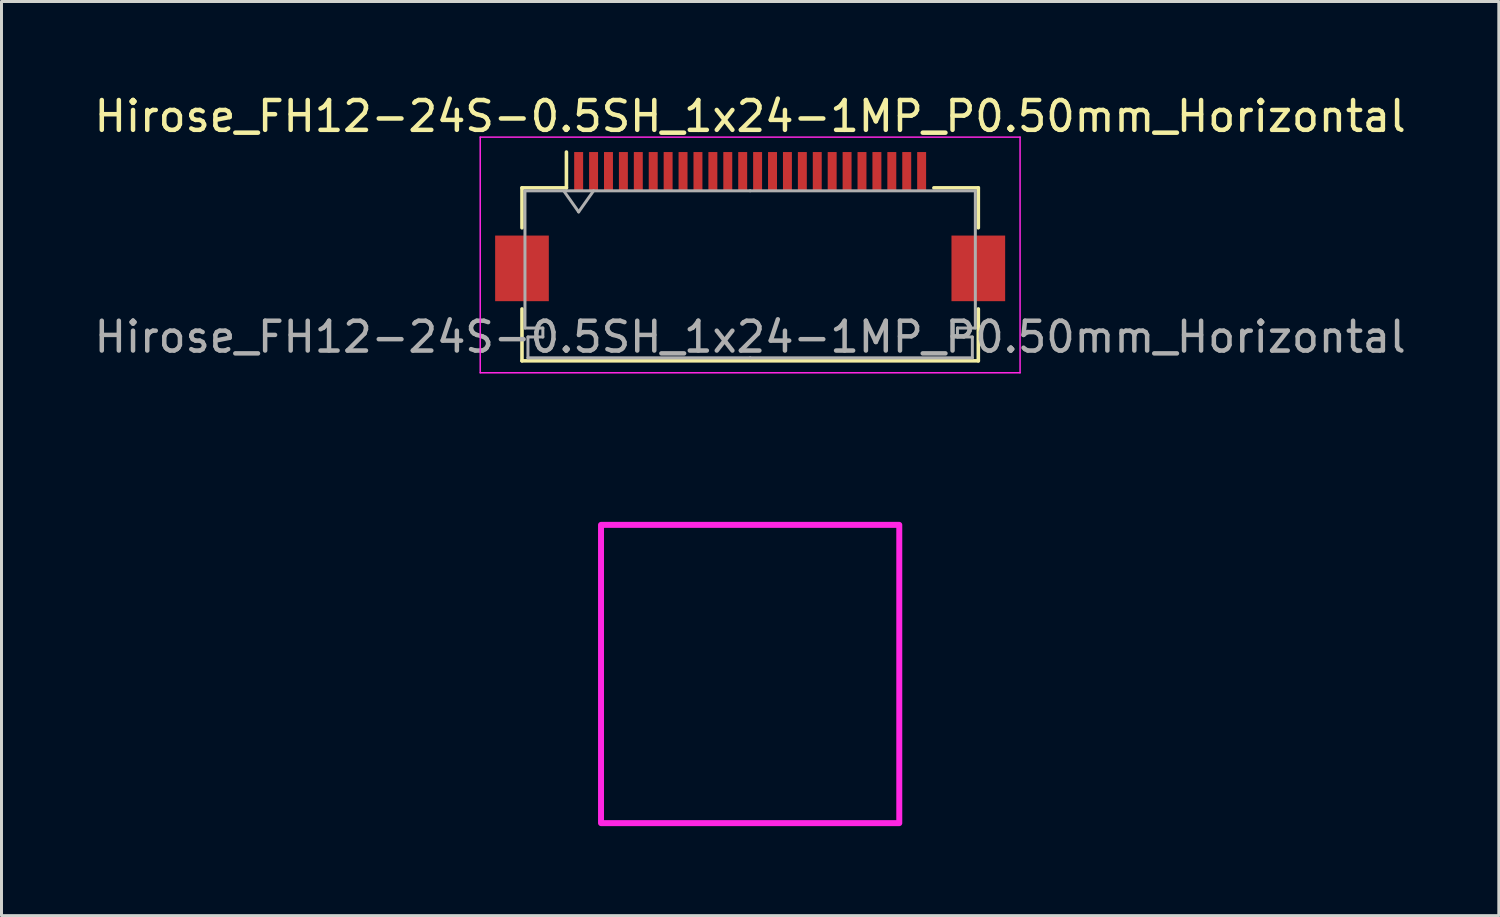
<source format=kicad_pcb>
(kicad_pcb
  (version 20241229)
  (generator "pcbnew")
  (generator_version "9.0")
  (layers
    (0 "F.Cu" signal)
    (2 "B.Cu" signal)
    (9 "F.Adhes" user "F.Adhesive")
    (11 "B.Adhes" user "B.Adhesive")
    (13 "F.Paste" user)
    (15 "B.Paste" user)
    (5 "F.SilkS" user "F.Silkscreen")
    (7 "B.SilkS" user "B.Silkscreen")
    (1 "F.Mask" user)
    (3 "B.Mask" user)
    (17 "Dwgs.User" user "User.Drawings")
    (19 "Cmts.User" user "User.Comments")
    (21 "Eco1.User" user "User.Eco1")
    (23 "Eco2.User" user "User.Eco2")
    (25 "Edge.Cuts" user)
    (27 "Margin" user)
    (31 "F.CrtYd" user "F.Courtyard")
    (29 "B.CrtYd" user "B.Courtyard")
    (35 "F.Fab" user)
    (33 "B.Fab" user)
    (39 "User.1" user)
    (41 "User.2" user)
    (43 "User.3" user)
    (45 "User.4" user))
  (footprint "Hirose_FH12-24S-0.5SH_1x24-1MP_P0.50mm_Horizontal"
    (layer "F.Cu")
    (at 22.101 4.548)
    (property "Reference" "Hirose_FH12-24S-0.5SH_1x24-1MP_P0.50mm_Horizontal" (at 0 -3.7 0) (layer "F.SilkS") (effects (font (size 1 1) (thickness 0.15))))
    (attr smd)
    (fp_rect (start -5 10) (end 5 20) (stroke (width 0.1) (type solid)) (fill yes) (layer "F.Mask"))
    (fp_line (start -7.65 -1.3) (end -7.65 0.04) (stroke (width 0.12) (type solid)) (layer "F.SilkS"))
    (fp_line (start -7.65 2.76) (end -7.65 4.5) (stroke (width 0.12) (type solid)) (layer "F.SilkS"))
    (fp_line (start -7.65 4.5) (end 7.65 4.5) (stroke (width 0.12) (type solid)) (layer "F.SilkS"))
    (fp_line (start -6.16 -1.3) (end -7.65 -1.3) (stroke (width 0.12) (type solid)) (layer "F.SilkS"))
    (fp_line (start -6.16 -1.3) (end -6.16 -2.5) (stroke (width 0.12) (type solid)) (layer "F.SilkS"))
    (fp_line (start 6.16 -1.3) (end 7.65 -1.3) (stroke (width 0.12) (type solid)) (layer "F.SilkS"))
    (fp_line (start 7.65 -1.3) (end 7.65 0.04) (stroke (width 0.12) (type solid)) (layer "F.SilkS"))
    (fp_line (start 7.65 4.5) (end 7.65 2.76) (stroke (width 0.12) (type solid)) (layer "F.SilkS"))
    (fp_line (start -9.05 -3) (end -9.05 4.9) (stroke (width 0.05) (type solid)) (layer "F.CrtYd"))
    (fp_line (start -9.05 4.9) (end 9.05 4.9) (stroke (width 0.05) (type solid)) (layer "F.CrtYd"))
    (fp_line (start 9.05 -3) (end -9.05 -3) (stroke (width 0.05) (type solid)) (layer "F.CrtYd"))
    (fp_line (start 9.05 4.9) (end 9.05 -3) (stroke (width 0.05) (type solid)) (layer "F.CrtYd"))
    (fp_rect (start -5 10) (end 5 20) (stroke (width 0.2) (type default)) (fill no) (layer "F.CrtYd"))
    (fp_line (start -7.55 -1.2) (end -7.55 3.4) (stroke (width 0.1) (type solid)) (layer "F.Fab"))
    (fp_line (start -7.55 3.4) (end -6.95 3.4) (stroke (width 0.1) (type solid)) (layer "F.Fab"))
    (fp_line (start -7.45 3.7) (end -7.45 4.4) (stroke (width 0.1) (type solid)) (layer "F.Fab"))
    (fp_line (start -7.45 4.4) (end 0 4.4) (stroke (width 0.1) (type solid)) (layer "F.Fab"))
    (fp_line (start -6.95 3.4) (end -6.95 3.7) (stroke (width 0.1) (type solid)) (layer "F.Fab"))
    (fp_line (start -6.95 3.7) (end -7.45 3.7) (stroke (width 0.1) (type solid)) (layer "F.Fab"))
    (fp_line (start -6.25 -1.2) (end -5.75 -0.493) (stroke (width 0.1) (type solid)) (layer "F.Fab"))
    (fp_line (start -5.75 -0.493) (end -5.25 -1.2) (stroke (width 0.1) (type solid)) (layer "F.Fab"))
    (fp_line (start 0 -1.2) (end -7.55 -1.2) (stroke (width 0.1) (type solid)) (layer "F.Fab"))
    (fp_line (start 0 -1.2) (end 7.55 -1.2) (stroke (width 0.1) (type solid)) (layer "F.Fab"))
    (fp_line (start 6.95 3.4) (end 6.95 3.7) (stroke (width 0.1) (type solid)) (layer "F.Fab"))
    (fp_line (start 6.95 3.7) (end 7.45 3.7) (stroke (width 0.1) (type solid)) (layer "F.Fab"))
    (fp_line (start 7.45 3.7) (end 7.45 4.4) (stroke (width 0.1) (type solid)) (layer "F.Fab"))
    (fp_line (start 7.45 4.4) (end 0 4.4) (stroke (width 0.1) (type solid)) (layer "F.Fab"))
    (fp_line (start 7.55 -1.2) (end 7.55 3.4) (stroke (width 0.1) (type solid)) (layer "F.Fab"))
    (fp_line (start 7.55 3.4) (end 6.95 3.4) (stroke (width 0.1) (type solid)) (layer "F.Fab"))
    (fp_text user "${REFERENCE}" (at 0 3.7 0) (layer "F.Fab") (effects (font (size 1 1) (thickness 0.15))))
    (pad "1" smd rect (at -5.75 -1.85) (size 0.3 1.3) (layers "F.Cu" "F.Mask" "F.Paste"))
    (pad "2" smd rect (at -5.25 -1.85) (size 0.3 1.3) (layers "F.Cu" "F.Mask" "F.Paste"))
    (pad "3" smd rect (at -4.75 -1.85) (size 0.3 1.3) (layers "F.Cu" "F.Mask" "F.Paste"))
    (pad "4" smd rect (at -4.25 -1.85) (size 0.3 1.3) (layers "F.Cu" "F.Mask" "F.Paste"))
    (pad "5" smd rect (at -3.75 -1.85) (size 0.3 1.3) (layers "F.Cu" "F.Mask" "F.Paste"))
    (pad "6" smd rect (at -3.25 -1.85) (size 0.3 1.3) (layers "F.Cu" "F.Mask" "F.Paste"))
    (pad "7" smd rect (at -2.75 -1.85) (size 0.3 1.3) (layers "F.Cu" "F.Mask" "F.Paste"))
    (pad "8" smd rect (at -2.25 -1.85) (size 0.3 1.3) (layers "F.Cu" "F.Mask" "F.Paste"))
    (pad "9" smd rect (at -1.75 -1.85) (size 0.3 1.3) (layers "F.Cu" "F.Mask" "F.Paste"))
    (pad "10" smd rect (at -1.25 -1.85) (size 0.3 1.3) (layers "F.Cu" "F.Mask" "F.Paste"))
    (pad "11" smd rect (at -0.75 -1.85) (size 0.3 1.3) (layers "F.Cu" "F.Mask" "F.Paste"))
    (pad "12" smd rect (at -0.25 -1.85) (size 0.3 1.3) (layers "F.Cu" "F.Mask" "F.Paste"))
    (pad "13" smd rect (at 0.25 -1.85) (size 0.3 1.3) (layers "F.Cu" "F.Mask" "F.Paste"))
    (pad "14" smd rect (at 0.75 -1.85) (size 0.3 1.3) (layers "F.Cu" "F.Mask" "F.Paste"))
    (pad "15" smd rect (at 1.25 -1.85) (size 0.3 1.3) (layers "F.Cu" "F.Mask" "F.Paste"))
    (pad "16" smd rect (at 1.75 -1.85) (size 0.3 1.3) (layers "F.Cu" "F.Mask" "F.Paste"))
    (pad "17" smd rect (at 2.25 -1.85) (size 0.3 1.3) (layers "F.Cu" "F.Mask" "F.Paste"))
    (pad "18" smd rect (at 2.75 -1.85) (size 0.3 1.3) (layers "F.Cu" "F.Mask" "F.Paste"))
    (pad "19" smd rect (at 3.25 -1.85) (size 0.3 1.3) (layers "F.Cu" "F.Mask" "F.Paste"))
    (pad "20" smd rect (at 3.75 -1.85) (size 0.3 1.3) (layers "F.Cu" "F.Mask" "F.Paste"))
    (pad "21" smd rect (at 4.25 -1.85) (size 0.3 1.3) (layers "F.Cu" "F.Mask" "F.Paste"))
    (pad "22" smd rect (at 4.75 -1.85) (size 0.3 1.3) (layers "F.Cu" "F.Mask" "F.Paste"))
    (pad "23" smd rect (at 5.25 -1.85) (size 0.3 1.3) (layers "F.Cu" "F.Mask" "F.Paste"))
    (pad "24" smd rect (at 5.75 -1.85) (size 0.3 1.3) (layers "F.Cu" "F.Mask" "F.Paste"))
    (pad "MP" smd rect (at -7.65 1.4) (size 1.8 2.2) (layers "F.Cu" "F.Mask" "F.Paste"))
    (pad "MP" smd rect (at 7.65 1.4) (size 1.8 2.2) (layers "F.Cu" "F.Mask" "F.Paste")))
  (gr_rect
    (start -3 -3)
    (end 47.202 27.648)
    (stroke (width 0.1) (type default))
    (fill no)
    (layer "Edge.Cuts")))
</source>
